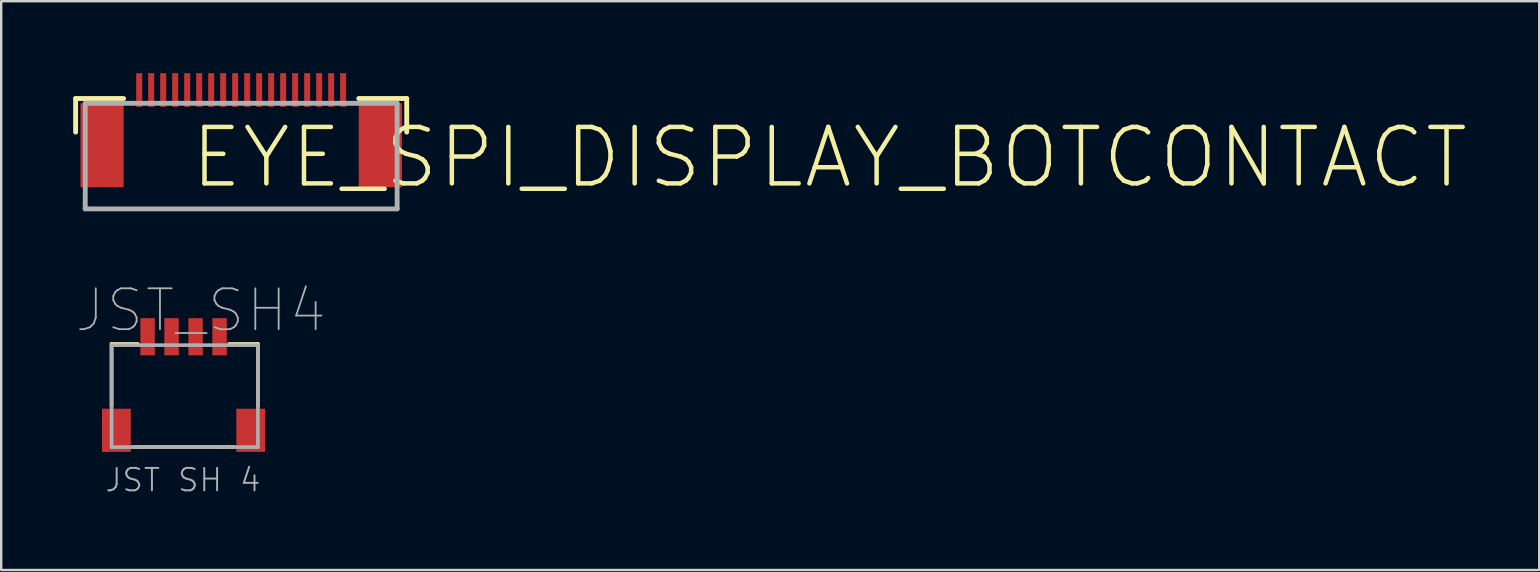
<source format=kicad_pcb>
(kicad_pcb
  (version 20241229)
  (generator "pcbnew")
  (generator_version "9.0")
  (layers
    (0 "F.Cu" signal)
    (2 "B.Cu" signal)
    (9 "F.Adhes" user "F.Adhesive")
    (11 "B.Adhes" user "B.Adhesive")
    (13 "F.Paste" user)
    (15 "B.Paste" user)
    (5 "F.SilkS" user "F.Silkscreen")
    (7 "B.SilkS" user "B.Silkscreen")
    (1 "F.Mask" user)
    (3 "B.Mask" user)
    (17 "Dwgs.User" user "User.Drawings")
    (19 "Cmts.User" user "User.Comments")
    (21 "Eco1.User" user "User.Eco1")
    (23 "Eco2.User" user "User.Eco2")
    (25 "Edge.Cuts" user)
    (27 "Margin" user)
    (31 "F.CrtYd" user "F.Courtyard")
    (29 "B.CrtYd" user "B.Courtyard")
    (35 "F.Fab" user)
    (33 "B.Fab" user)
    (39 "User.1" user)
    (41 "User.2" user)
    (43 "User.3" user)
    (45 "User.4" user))
  (footprint "JST_SH4"
    (layer "F.Cu")
    (at 4.6 13.499)
    (property "Reference" "JST_SH4" (at -4.6 -3.614 0) (layer "F.Fab") (effects (font (size 1.703 1.703) (thickness 0.075)) (justify left)))
    (fp_line (start -3 -2.214) (end -1.9 -2.214) (stroke (width 0.152) (type solid)) (layer "F.SilkS"))
    (fp_line (start -3 0.386) (end -3 -2.214) (stroke (width 0.152) (type solid)) (layer "F.SilkS"))
    (fp_line (start -2.1 2.086) (end 2.1 2.086) (stroke (width 0.152) (type solid)) (layer "F.SilkS"))
    (fp_line (start 1.9 -2.214) (end 3.1 -2.214) (stroke (width 0.152) (type solid)) (layer "F.SilkS"))
    (fp_line (start 3.1 -2.214) (end 3.1 0.386) (stroke (width 0.152) (type solid)) (layer "F.SilkS"))
    (fp_line (start -3 -2.164) (end 3.1 -2.164) (stroke (width 0.152) (type solid)) (layer "F.Fab"))
    (fp_line (start -3 2.086) (end -3 -2.164) (stroke (width 0.152) (type solid)) (layer "F.Fab"))
    (fp_line (start 3.1 -2.164) (end 3.1 2.086) (stroke (width 0.152) (type solid)) (layer "F.Fab"))
    (fp_line (start 3.1 2.086) (end -3 2.086) (stroke (width 0.152) (type solid)) (layer "F.Fab"))
    (fp_text user "JST SH 4" (at -3.33 4.006 0) (layer "F.Fab") (effects (font (size 0.935 0.935) (thickness 0.081)) (justify left bottom)))
    (pad "1" smd rect (at -1.5 -2.514 90) (size 1.55 0.6) (layers "F.Cu" "F.Mask" "F.Paste"))
    (pad "2" smd rect (at -0.5 -2.514 90) (size 1.55 0.6) (layers "F.Cu" "F.Mask" "F.Paste"))
    (pad "3" smd rect (at 0.5 -2.514 90) (size 1.55 0.6) (layers "F.Cu" "F.Mask" "F.Paste"))
    (pad "4" smd rect (at 1.5 -2.514 90) (size 1.55 0.6) (layers "F.Cu" "F.Mask" "F.Paste"))
    (pad "MT1" smd rect (at -2.8 1.386 90) (size 1.8 1.2) (layers "F.Cu" "F.Mask" "F.Paste"))
    (pad "MT2" smd rect (at 2.8 1.386 90) (size 1.8 1.2) (layers "F.Cu" "F.Mask" "F.Paste")))
  (footprint "EYE_SPI_DISPLAY_BOTCONTACT"
    (layer "F.Cu")
    (at 7.002 1.854)
    (property "Reference" "EYE_SPI_DISPLAY_BOTCONTACT" (at -2.211 1.66 0) (layer "F.SilkS") (effects (font (size 2.353 2.353) (thickness 0.187)) (justify left)))
    (fp_line (start -6.9 -0.798) (end -6.9 0.602) (stroke (width 0.203) (type solid)) (layer "F.SilkS"))
    (fp_line (start -4.9 -0.798) (end -6.9 -0.798) (stroke (width 0.203) (type solid)) (layer "F.SilkS"))
    (fp_line (start 4.9 -0.798) (end 6.9 -0.798) (stroke (width 0.203) (type solid)) (layer "F.SilkS"))
    (fp_line (start 6.9 -0.798) (end 6.9 0.602) (stroke (width 0.203) (type solid)) (layer "F.SilkS"))
    (fp_line (start -6.5 -0.598) (end -6.5 3.802) (stroke (width 0.203) (type solid)) (layer "F.Fab"))
    (fp_line (start -6.5 -0.598) (end 6.5 -0.598) (stroke (width 0.203) (type solid)) (layer "F.Fab"))
    (fp_line (start -6.5 3.802) (end 6.5 3.802) (stroke (width 0.203) (type solid)) (layer "F.Fab"))
    (fp_line (start 6.5 -0.598) (end 6.5 3.802) (stroke (width 0.203) (type solid)) (layer "F.Fab"))
    (pad "1" smd rect (at 4.25 -1.154 180) (size 0.25 1.4) (layers "F.Cu" "F.Mask" "F.Paste"))
    (pad "2" smd rect (at 3.75 -1.154 180) (size 0.25 1.4) (layers "F.Cu" "F.Mask" "F.Paste"))
    (pad "3" smd rect (at 3.25 -1.154 180) (size 0.25 1.4) (layers "F.Cu" "F.Mask" "F.Paste"))
    (pad "4" smd rect (at 2.75 -1.154 180) (size 0.25 1.4) (layers "F.Cu" "F.Mask" "F.Paste"))
    (pad "5" smd rect (at 2.25 -1.154 180) (size 0.25 1.4) (layers "F.Cu" "F.Mask" "F.Paste"))
    (pad "6" smd rect (at 1.75 -1.154 180) (size 0.25 1.4) (layers "F.Cu" "F.Mask" "F.Paste"))
    (pad "7" smd rect (at 1.25 -1.154 180) (size 0.25 1.4) (layers "F.Cu" "F.Mask" "F.Paste"))
    (pad "8" smd rect (at 0.75 -1.154 180) (size 0.25 1.4) (layers "F.Cu" "F.Mask" "F.Paste"))
    (pad "9" smd rect (at 0.25 -1.154 180) (size 0.25 1.4) (layers "F.Cu" "F.Mask" "F.Paste"))
    (pad "10" smd rect (at -0.25 -1.154 180) (size 0.25 1.4) (layers "F.Cu" "F.Mask" "F.Paste"))
    (pad "11" smd rect (at -0.75 -1.154 180) (size 0.25 1.4) (layers "F.Cu" "F.Mask" "F.Paste"))
    (pad "12" smd rect (at -1.25 -1.154 180) (size 0.25 1.4) (layers "F.Cu" "F.Mask" "F.Paste"))
    (pad "13" smd rect (at -1.75 -1.154 180) (size 0.25 1.4) (layers "F.Cu" "F.Mask" "F.Paste"))
    (pad "14" smd rect (at -2.25 -1.154 180) (size 0.25 1.4) (layers "F.Cu" "F.Mask" "F.Paste"))
    (pad "15" smd rect (at -2.75 -1.154 180) (size 0.25 1.4) (layers "F.Cu" "F.Mask" "F.Paste"))
    (pad "16" smd rect (at -3.25 -1.154 180) (size 0.25 1.4) (layers "F.Cu" "F.Mask" "F.Paste"))
    (pad "17" smd rect (at -3.75 -1.154 180) (size 0.25 1.4) (layers "F.Cu" "F.Mask" "F.Paste"))
    (pad "18" smd rect (at -4.25 -1.154 180) (size 0.25 1.4) (layers "F.Cu" "F.Mask" "F.Paste"))
    (pad "SUPPORT1" smd rect (at -5.8 1.152) (size 1.8 3.5) (layers "F.Cu" "F.Mask" "F.Paste"))
    (pad "SUPPORT2" smd rect (at 5.8 1.152) (size 1.8 3.5) (layers "F.Cu" "F.Mask" "F.Paste")))
  (gr_rect
    (start -3 -3)
    (end 61.105 20.706)
    (stroke (width 0.1) (type default))
    (fill no)
    (layer "Edge.Cuts")))
</source>
